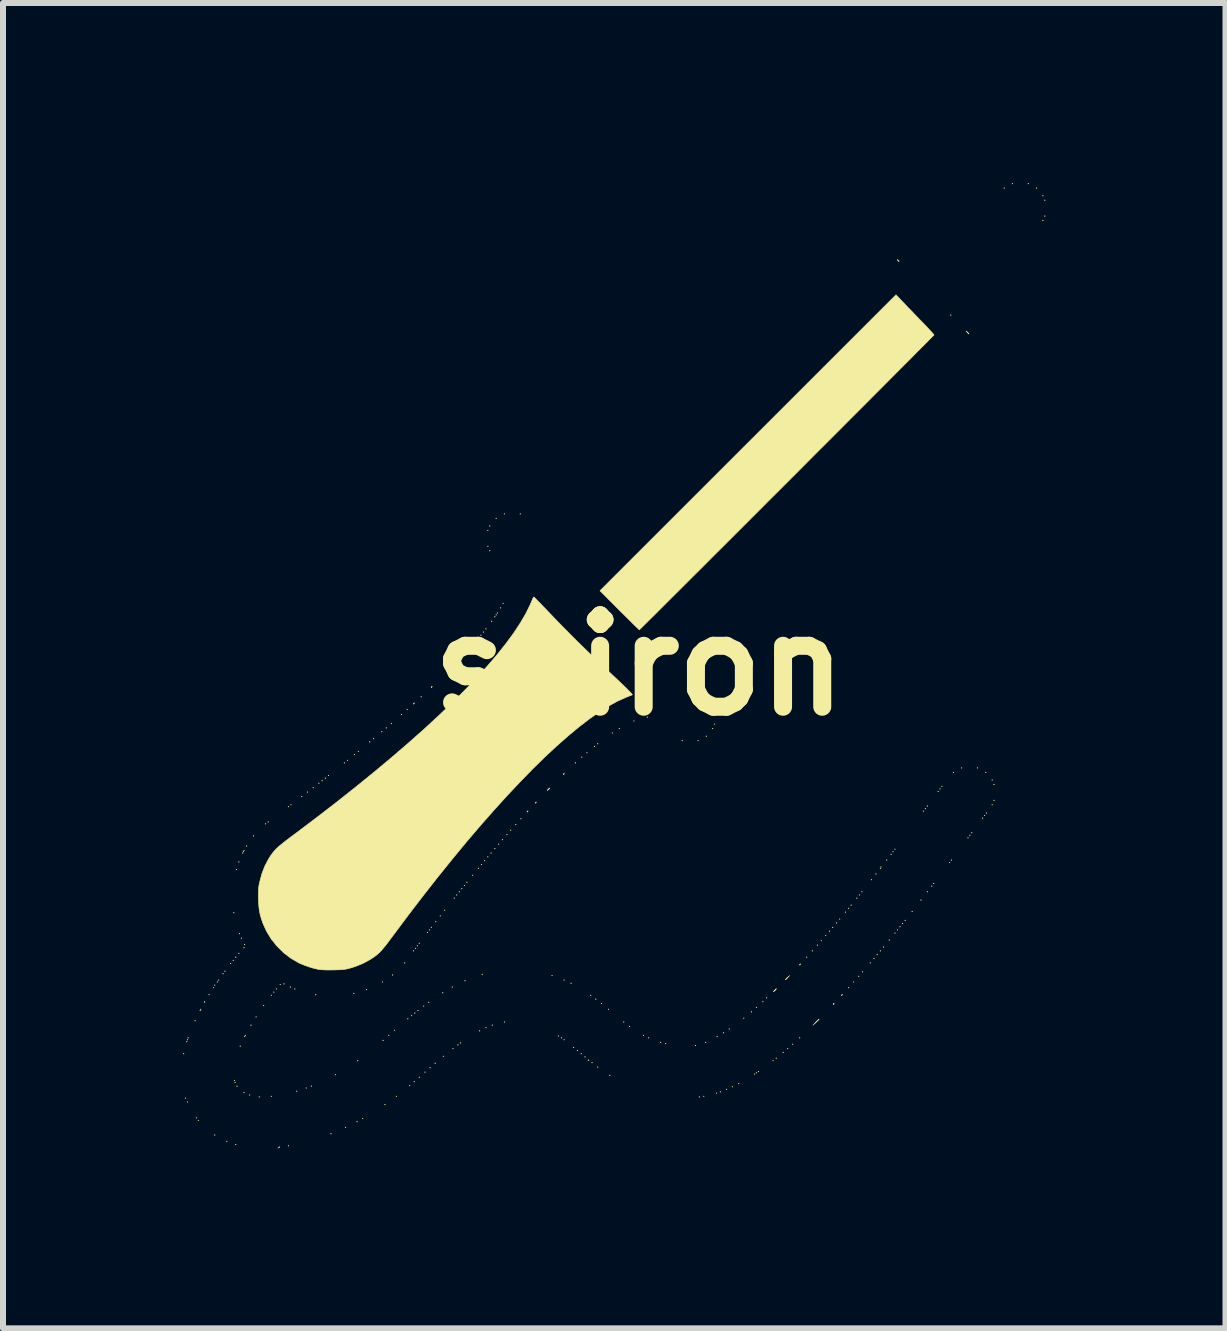
<source format=kicad_pcb>
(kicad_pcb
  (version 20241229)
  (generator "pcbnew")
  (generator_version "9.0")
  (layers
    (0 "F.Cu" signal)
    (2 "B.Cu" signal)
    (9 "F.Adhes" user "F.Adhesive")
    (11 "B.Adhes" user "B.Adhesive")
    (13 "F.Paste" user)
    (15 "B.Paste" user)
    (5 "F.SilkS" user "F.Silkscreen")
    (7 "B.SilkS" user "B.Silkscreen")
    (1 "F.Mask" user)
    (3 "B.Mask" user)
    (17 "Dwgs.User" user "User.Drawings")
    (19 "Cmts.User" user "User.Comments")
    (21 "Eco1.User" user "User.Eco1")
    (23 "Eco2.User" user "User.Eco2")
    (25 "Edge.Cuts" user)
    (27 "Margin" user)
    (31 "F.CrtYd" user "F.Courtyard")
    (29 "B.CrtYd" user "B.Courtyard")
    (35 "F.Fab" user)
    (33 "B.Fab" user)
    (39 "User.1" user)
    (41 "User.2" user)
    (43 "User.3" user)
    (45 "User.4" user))
  (footprint "s_iron"
    (layer "F.Cu")
    (at 7.604 8.038)
    (property "Reference" "s_iron" (at 0 0 0) (layer "F.SilkS") (effects (font (size 1.524 1.524) (thickness 0.3))))
    (attr through_hole)
    (fp_poly (pts (xy -7.588 6.472) (xy -7.594 6.477) (xy -7.599 6.472) (xy -7.594 6.466) (xy -7.588 6.472)) (stroke (width 0.01) (type solid)) (fill yes) (layer "F.SilkS"))
    (fp_poly (pts (xy -7.556 7.213) (xy -7.562 7.218) (xy -7.567 7.213) (xy -7.562 7.207) (xy -7.556 7.213)) (stroke (width 0.01) (type solid)) (fill yes) (layer "F.SilkS"))
    (fp_poly (pts (xy -7.535 6.271) (xy -7.541 6.276) (xy -7.546 6.271) (xy -7.541 6.265) (xy -7.535 6.271)) (stroke (width 0.01) (type solid)) (fill yes) (layer "F.SilkS"))
    (fp_poly (pts (xy -7.525 6.239) (xy -7.53 6.244) (xy -7.535 6.239) (xy -7.53 6.234) (xy -7.525 6.239)) (stroke (width 0.01) (type solid)) (fill yes) (layer "F.SilkS"))
    (fp_poly (pts (xy -7.525 7.276) (xy -7.53 7.281) (xy -7.535 7.276) (xy -7.53 7.271) (xy -7.525 7.276)) (stroke (width 0.01) (type solid)) (fill yes) (layer "F.SilkS"))
    (fp_poly (pts (xy -7.514 6.207) (xy -7.519 6.212) (xy -7.525 6.207) (xy -7.519 6.202) (xy -7.514 6.207)) (stroke (width 0.01) (type solid)) (fill yes) (layer "F.SilkS"))
    (fp_poly (pts (xy -7.398 5.921) (xy -7.403 5.927) (xy -7.408 5.921) (xy -7.403 5.916) (xy -7.398 5.921)) (stroke (width 0.01) (type solid)) (fill yes) (layer "F.SilkS"))
    (fp_poly (pts (xy -7.377 7.541) (xy -7.382 7.546) (xy -7.387 7.541) (xy -7.382 7.535) (xy -7.377 7.541)) (stroke (width 0.01) (type solid)) (fill yes) (layer "F.SilkS"))
    (fp_poly (pts (xy -7.345 7.583) (xy -7.35 7.588) (xy -7.355 7.583) (xy -7.35 7.578) (xy -7.345 7.583)) (stroke (width 0.01) (type solid)) (fill yes) (layer "F.SilkS"))
    (fp_poly (pts (xy -7.313 5.752) (xy -7.318 5.757) (xy -7.324 5.752) (xy -7.318 5.747) (xy -7.313 5.752)) (stroke (width 0.01) (type solid)) (fill yes) (layer "F.SilkS"))
    (fp_poly (pts (xy -7.303 5.731) (xy -7.308 5.736) (xy -7.313 5.731) (xy -7.308 5.726) (xy -7.303 5.731)) (stroke (width 0.01) (type solid)) (fill yes) (layer "F.SilkS"))
    (fp_poly (pts (xy -7.165 5.487) (xy -7.17 5.493) (xy -7.176 5.487) (xy -7.17 5.482) (xy -7.165 5.487)) (stroke (width 0.01) (type solid)) (fill yes) (layer "F.SilkS"))
    (fp_poly (pts (xy -7.091 5.371) (xy -7.096 5.376) (xy -7.101 5.371) (xy -7.096 5.366) (xy -7.091 5.371)) (stroke (width 0.01) (type solid)) (fill yes) (layer "F.SilkS"))
    (fp_poly (pts (xy -7.07 5.329) (xy -7.075 5.334) (xy -7.08 5.329) (xy -7.075 5.323) (xy -7.07 5.329)) (stroke (width 0.01) (type solid)) (fill yes) (layer "F.SilkS"))
    (fp_poly (pts (xy -7.07 7.826) (xy -7.075 7.832) (xy -7.08 7.826) (xy -7.075 7.821) (xy -7.07 7.826)) (stroke (width 0.01) (type solid)) (fill yes) (layer "F.SilkS"))
    (fp_poly (pts (xy -7.027 5.276) (xy -7.033 5.281) (xy -7.038 5.276) (xy -7.033 5.271) (xy -7.027 5.276)) (stroke (width 0.01) (type solid)) (fill yes) (layer "F.SilkS"))
    (fp_poly (pts (xy -7.006 5.244) (xy -7.011 5.249) (xy -7.017 5.244) (xy -7.011 5.239) (xy -7.006 5.244)) (stroke (width 0.01) (type solid)) (fill yes) (layer "F.SilkS"))
    (fp_poly (pts (xy -6.932 5.138) (xy -6.937 5.144) (xy -6.943 5.138) (xy -6.937 5.133) (xy -6.932 5.138)) (stroke (width 0.01) (type solid)) (fill yes) (layer "F.SilkS"))
    (fp_poly (pts (xy -6.9 5.096) (xy -6.906 5.101) (xy -6.911 5.096) (xy -6.906 5.091) (xy -6.9 5.096)) (stroke (width 0.01) (type solid)) (fill yes) (layer "F.SilkS"))
    (fp_poly (pts (xy -6.869 7.932) (xy -6.874 7.938) (xy -6.879 7.932) (xy -6.874 7.927) (xy -6.869 7.932)) (stroke (width 0.01) (type solid)) (fill yes) (layer "F.SilkS"))
    (fp_poly (pts (xy -6.805 4.969) (xy -6.81 4.974) (xy -6.816 4.969) (xy -6.81 4.964) (xy -6.805 4.969)) (stroke (width 0.01) (type solid)) (fill yes) (layer "F.SilkS"))
    (fp_poly (pts (xy -6.763 4.916) (xy -6.768 4.921) (xy -6.773 4.916) (xy -6.768 4.911) (xy -6.763 4.916)) (stroke (width 0.01) (type solid)) (fill yes) (layer "F.SilkS"))
    (fp_poly (pts (xy -6.752 4.122) (xy -6.757 4.128) (xy -6.763 4.122) (xy -6.757 4.117) (xy -6.752 4.122)) (stroke (width 0.01) (type solid)) (fill yes) (layer "F.SilkS"))
    (fp_poly (pts (xy -6.742 6.916) (xy -6.747 6.921) (xy -6.752 6.916) (xy -6.747 6.911) (xy -6.742 6.916)) (stroke (width 0.01) (type solid)) (fill yes) (layer "F.SilkS"))
    (fp_poly (pts (xy -6.731 6.948) (xy -6.736 6.953) (xy -6.742 6.948) (xy -6.736 6.943) (xy -6.731 6.948)) (stroke (width 0.01) (type solid)) (fill yes) (layer "F.SilkS"))
    (fp_poly (pts (xy -6.72 4.863) (xy -6.726 4.868) (xy -6.731 4.863) (xy -6.726 4.858) (xy -6.72 4.863)) (stroke (width 0.01) (type solid)) (fill yes) (layer "F.SilkS"))
    (fp_poly (pts (xy -6.72 7.985) (xy -6.726 7.99) (xy -6.731 7.985) (xy -6.726 7.98) (xy -6.72 7.985)) (stroke (width 0.01) (type solid)) (fill yes) (layer "F.SilkS"))
    (fp_poly (pts (xy -6.71 3.403) (xy -6.715 3.408) (xy -6.72 3.403) (xy -6.715 3.397) (xy -6.71 3.403)) (stroke (width 0.01) (type solid)) (fill yes) (layer "F.SilkS"))
    (fp_poly (pts (xy -6.699 7.011) (xy -6.705 7.017) (xy -6.71 7.011) (xy -6.705 7.006) (xy -6.699 7.011)) (stroke (width 0.01) (type solid)) (fill yes) (layer "F.SilkS"))
    (fp_poly (pts (xy -6.668 3.276) (xy -6.673 3.281) (xy -6.678 3.276) (xy -6.673 3.27) (xy -6.668 3.276)) (stroke (width 0.01) (type solid)) (fill yes) (layer "F.SilkS"))
    (fp_poly (pts (xy -6.668 4.8) (xy -6.673 4.805) (xy -6.678 4.8) (xy -6.673 4.794) (xy -6.668 4.8)) (stroke (width 0.01) (type solid)) (fill yes) (layer "F.SilkS"))
    (fp_poly (pts (xy -6.657 4.471) (xy -6.662 4.477) (xy -6.668 4.471) (xy -6.662 4.466) (xy -6.657 4.471)) (stroke (width 0.01) (type solid)) (fill yes) (layer "F.SilkS"))
    (fp_poly (pts (xy -6.646 6.345) (xy -6.652 6.35) (xy -6.657 6.345) (xy -6.652 6.339) (xy -6.646 6.345)) (stroke (width 0.01) (type solid)) (fill yes) (layer "F.SilkS"))
    (fp_poly (pts (xy -6.625 4.546) (xy -6.63 4.551) (xy -6.636 4.546) (xy -6.63 4.54) (xy -6.625 4.546)) (stroke (width 0.01) (type solid)) (fill yes) (layer "F.SilkS"))
    (fp_poly (pts (xy -6.604 3.127) (xy -6.609 3.133) (xy -6.615 3.127) (xy -6.609 3.122) (xy -6.604 3.127)) (stroke (width 0.01) (type solid)) (fill yes) (layer "F.SilkS"))
    (fp_poly (pts (xy -6.593 3.106) (xy -6.599 3.111) (xy -6.604 3.106) (xy -6.599 3.101) (xy -6.593 3.106)) (stroke (width 0.01) (type solid)) (fill yes) (layer "F.SilkS"))
    (fp_poly (pts (xy -6.583 3.085) (xy -6.588 3.09) (xy -6.593 3.085) (xy -6.588 3.08) (xy -6.583 3.085)) (stroke (width 0.01) (type solid)) (fill yes) (layer "F.SilkS"))
    (fp_poly (pts (xy -6.583 4.704) (xy -6.588 4.71) (xy -6.593 4.704) (xy -6.588 4.699) (xy -6.583 4.704)) (stroke (width 0.01) (type solid)) (fill yes) (layer "F.SilkS"))
    (fp_poly (pts (xy -6.583 7.117) (xy -6.588 7.123) (xy -6.593 7.117) (xy -6.588 7.112) (xy -6.583 7.117)) (stroke (width 0.01) (type solid)) (fill yes) (layer "F.SilkS"))
    (fp_poly (pts (xy -6.572 4.651) (xy -6.578 4.657) (xy -6.583 4.651) (xy -6.578 4.646) (xy -6.572 4.651)) (stroke (width 0.01) (type solid)) (fill yes) (layer "F.SilkS"))
    (fp_poly (pts (xy -6.572 6.186) (xy -6.578 6.191) (xy -6.583 6.186) (xy -6.578 6.181) (xy -6.572 6.186)) (stroke (width 0.01) (type solid)) (fill yes) (layer "F.SilkS"))
    (fp_poly (pts (xy -6.562 6.165) (xy -6.567 6.17) (xy -6.572 6.165) (xy -6.567 6.16) (xy -6.562 6.165)) (stroke (width 0.01) (type solid)) (fill yes) (layer "F.SilkS"))
    (fp_poly (pts (xy -6.54 3.011) (xy -6.546 3.016) (xy -6.551 3.011) (xy -6.546 3.006) (xy -6.54 3.011)) (stroke (width 0.01) (type solid)) (fill yes) (layer "F.SilkS"))
    (fp_poly (pts (xy -6.488 7.16) (xy -6.493 7.165) (xy -6.498 7.16) (xy -6.493 7.154) (xy -6.488 7.16)) (stroke (width 0.01) (type solid)) (fill yes) (layer "F.SilkS"))
    (fp_poly (pts (xy -6.466 5.995) (xy -6.472 6.001) (xy -6.477 5.995) (xy -6.472 5.99) (xy -6.466 5.995)) (stroke (width 0.01) (type solid)) (fill yes) (layer "F.SilkS"))
    (fp_poly (pts (xy -6.424 2.842) (xy -6.429 2.847) (xy -6.435 2.842) (xy -6.429 2.836) (xy -6.424 2.842)) (stroke (width 0.01) (type solid)) (fill yes) (layer "F.SilkS"))
    (fp_poly (pts (xy -6.382 5.858) (xy -6.387 5.863) (xy -6.392 5.858) (xy -6.387 5.853) (xy -6.382 5.858)) (stroke (width 0.01) (type solid)) (fill yes) (layer "F.SilkS"))
    (fp_poly (pts (xy -6.329 7.191) (xy -6.334 7.197) (xy -6.339 7.191) (xy -6.334 7.186) (xy -6.329 7.191)) (stroke (width 0.01) (type solid)) (fill yes) (layer "F.SilkS"))
    (fp_poly (pts (xy -6.255 5.667) (xy -6.26 5.673) (xy -6.265 5.667) (xy -6.26 5.662) (xy -6.255 5.667)) (stroke (width 0.01) (type solid)) (fill yes) (layer "F.SilkS"))
    (fp_poly (pts (xy -6.223 2.641) (xy -6.228 2.646) (xy -6.234 2.641) (xy -6.228 2.635) (xy -6.223 2.641)) (stroke (width 0.01) (type solid)) (fill yes) (layer "F.SilkS"))
    (fp_poly (pts (xy -6.181 2.609) (xy -6.186 2.614) (xy -6.191 2.609) (xy -6.186 2.603) (xy -6.181 2.609)) (stroke (width 0.01) (type solid)) (fill yes) (layer "F.SilkS"))
    (fp_poly (pts (xy -6.128 5.498) (xy -6.133 5.503) (xy -6.138 5.498) (xy -6.133 5.493) (xy -6.128 5.498)) (stroke (width 0.01) (type solid)) (fill yes) (layer "F.SilkS"))
    (fp_poly (pts (xy -6.128 7.181) (xy -6.133 7.186) (xy -6.138 7.181) (xy -6.133 7.176) (xy -6.128 7.181)) (stroke (width 0.01) (type solid)) (fill yes) (layer "F.SilkS"))
    (fp_poly (pts (xy -6.085 5.445) (xy -6.091 5.45) (xy -6.096 5.445) (xy -6.091 5.44) (xy -6.085 5.445)) (stroke (width 0.01) (type solid)) (fill yes) (layer "F.SilkS"))
    (fp_poly (pts (xy -6.043 5.392) (xy -6.048 5.397) (xy -6.054 5.392) (xy -6.048 5.387) (xy -6.043 5.392)) (stroke (width 0.01) (type solid)) (fill yes) (layer "F.SilkS"))
    (fp_poly (pts (xy -6.011 8.038) (xy -6.017 8.043) (xy -6.022 8.038) (xy -6.017 8.033) (xy -6.011 8.038)) (stroke (width 0.01) (type solid)) (fill yes) (layer "F.SilkS"))
    (fp_poly (pts (xy -5.99 8.027) (xy -5.995 8.033) (xy -6.001 8.027) (xy -5.995 8.022) (xy -5.99 8.027)) (stroke (width 0.01) (type solid)) (fill yes) (layer "F.SilkS"))
    (fp_poly (pts (xy -5.98 5.318) (xy -5.985 5.323) (xy -5.99 5.318) (xy -5.985 5.313) (xy -5.98 5.318)) (stroke (width 0.01) (type solid)) (fill yes) (layer "F.SilkS"))
    (fp_poly (pts (xy -5.916 5.308) (xy -5.921 5.313) (xy -5.927 5.308) (xy -5.921 5.302) (xy -5.916 5.308)) (stroke (width 0.01) (type solid)) (fill yes) (layer "F.SilkS"))
    (fp_poly (pts (xy -5.842 2.355) (xy -5.847 2.36) (xy -5.853 2.355) (xy -5.847 2.349) (xy -5.842 2.355)) (stroke (width 0.01) (type solid)) (fill yes) (layer "F.SilkS"))
    (fp_poly (pts (xy -5.842 8.006) (xy -5.847 8.012) (xy -5.853 8.006) (xy -5.847 8.001) (xy -5.842 8.006)) (stroke (width 0.01) (type solid)) (fill yes) (layer "F.SilkS"))
    (fp_poly (pts (xy -5.81 5.36) (xy -5.816 5.366) (xy -5.821 5.36) (xy -5.816 5.355) (xy -5.81 5.36)) (stroke (width 0.01) (type solid)) (fill yes) (layer "F.SilkS"))
    (fp_poly (pts (xy -5.8 2.323) (xy -5.805 2.328) (xy -5.81 2.323) (xy -5.805 2.318) (xy -5.8 2.323)) (stroke (width 0.01) (type solid)) (fill yes) (layer "F.SilkS"))
    (fp_poly (pts (xy -5.736 5.392) (xy -5.741 5.397) (xy -5.747 5.392) (xy -5.741 5.387) (xy -5.736 5.392)) (stroke (width 0.01) (type solid)) (fill yes) (layer "F.SilkS"))
    (fp_poly (pts (xy -5.704 7.096) (xy -5.71 7.101) (xy -5.715 7.096) (xy -5.71 7.091) (xy -5.704 7.096)) (stroke (width 0.01) (type solid)) (fill yes) (layer "F.SilkS"))
    (fp_poly (pts (xy -5.62 2.185) (xy -5.625 2.191) (xy -5.63 2.185) (xy -5.625 2.18) (xy -5.62 2.185)) (stroke (width 0.01) (type solid)) (fill yes) (layer "F.SilkS"))
    (fp_poly (pts (xy -5.546 7.043) (xy -5.551 7.048) (xy -5.556 7.043) (xy -5.551 7.038) (xy -5.546 7.043)) (stroke (width 0.01) (type solid)) (fill yes) (layer "F.SilkS"))
    (fp_poly (pts (xy -5.524 2.111) (xy -5.53 2.117) (xy -5.535 2.111) (xy -5.53 2.106) (xy -5.524 2.111)) (stroke (width 0.01) (type solid)) (fill yes) (layer "F.SilkS"))
    (fp_poly (pts (xy -5.461 7.011) (xy -5.466 7.017) (xy -5.472 7.011) (xy -5.466 7.006) (xy -5.461 7.011)) (stroke (width 0.01) (type solid)) (fill yes) (layer "F.SilkS"))
    (fp_poly (pts (xy -5.429 2.037) (xy -5.435 2.043) (xy -5.44 2.037) (xy -5.435 2.032) (xy -5.429 2.037)) (stroke (width 0.01) (type solid)) (fill yes) (layer "F.SilkS"))
    (fp_poly (pts (xy -5.387 5.487) (xy -5.392 5.493) (xy -5.397 5.487) (xy -5.392 5.482) (xy -5.387 5.487)) (stroke (width 0.01) (type solid)) (fill yes) (layer "F.SilkS"))
    (fp_poly (pts (xy -5.334 1.963) (xy -5.339 1.968) (xy -5.345 1.963) (xy -5.339 1.958) (xy -5.334 1.963)) (stroke (width 0.01) (type solid)) (fill yes) (layer "F.SilkS"))
    (fp_poly (pts (xy -5.281 1.921) (xy -5.286 1.926) (xy -5.292 1.921) (xy -5.286 1.916) (xy -5.281 1.921)) (stroke (width 0.01) (type solid)) (fill yes) (layer "F.SilkS"))
    (fp_poly (pts (xy -5.228 1.879) (xy -5.233 1.884) (xy -5.239 1.879) (xy -5.233 1.873) (xy -5.228 1.879)) (stroke (width 0.01) (type solid)) (fill yes) (layer "F.SilkS"))
    (fp_poly (pts (xy -5.175 1.836) (xy -5.181 1.841) (xy -5.186 1.836) (xy -5.181 1.831) (xy -5.175 1.836)) (stroke (width 0.01) (type solid)) (fill yes) (layer "F.SilkS"))
    (fp_poly (pts (xy -5.133 7.805) (xy -5.138 7.811) (xy -5.144 7.805) (xy -5.138 7.8) (xy -5.133 7.805)) (stroke (width 0.01) (type solid)) (fill yes) (layer "F.SilkS"))
    (fp_poly (pts (xy -5.059 6.821) (xy -5.064 6.826) (xy -5.069 6.821) (xy -5.064 6.816) (xy -5.059 6.821)) (stroke (width 0.01) (type solid)) (fill yes) (layer "F.SilkS"))
    (fp_poly (pts (xy -4.911 1.625) (xy -4.916 1.63) (xy -4.921 1.625) (xy -4.916 1.619) (xy -4.911 1.625)) (stroke (width 0.01) (type solid)) (fill yes) (layer "F.SilkS"))
    (fp_poly (pts (xy -4.889 7.699) (xy -4.895 7.705) (xy -4.9 7.699) (xy -4.895 7.694) (xy -4.889 7.699)) (stroke (width 0.01) (type solid)) (fill yes) (layer "F.SilkS"))
    (fp_poly (pts (xy -4.858 1.582) (xy -4.863 1.587) (xy -4.868 1.582) (xy -4.863 1.577) (xy -4.858 1.582)) (stroke (width 0.01) (type solid)) (fill yes) (layer "F.SilkS"))
    (fp_poly (pts (xy -4.752 5.466) (xy -4.757 5.472) (xy -4.763 5.466) (xy -4.757 5.461) (xy -4.752 5.466)) (stroke (width 0.01) (type solid)) (fill yes) (layer "F.SilkS"))
    (fp_poly (pts (xy -4.741 1.487) (xy -4.747 1.492) (xy -4.752 1.487) (xy -4.747 1.482) (xy -4.741 1.487)) (stroke (width 0.01) (type solid)) (fill yes) (layer "F.SilkS"))
    (fp_poly (pts (xy -4.699 7.604) (xy -4.704 7.609) (xy -4.71 7.604) (xy -4.704 7.599) (xy -4.699 7.604)) (stroke (width 0.01) (type solid)) (fill yes) (layer "F.SilkS"))
    (fp_poly (pts (xy -4.688 6.588) (xy -4.694 6.593) (xy -4.699 6.588) (xy -4.694 6.583) (xy -4.688 6.588)) (stroke (width 0.01) (type solid)) (fill yes) (layer "F.SilkS"))
    (fp_poly (pts (xy -4.678 1.434) (xy -4.683 1.439) (xy -4.688 1.434) (xy -4.683 1.429) (xy -4.678 1.434)) (stroke (width 0.01) (type solid)) (fill yes) (layer "F.SilkS"))
    (fp_poly (pts (xy -4.604 7.551) (xy -4.609 7.556) (xy -4.614 7.551) (xy -4.609 7.546) (xy -4.604 7.551)) (stroke (width 0.01) (type solid)) (fill yes) (layer "F.SilkS"))
    (fp_poly (pts (xy -4.54 5.403) (xy -4.546 5.408) (xy -4.551 5.403) (xy -4.546 5.397) (xy -4.54 5.403)) (stroke (width 0.01) (type solid)) (fill yes) (layer "F.SilkS"))
    (fp_poly (pts (xy -4.487 1.275) (xy -4.493 1.281) (xy -4.498 1.275) (xy -4.493 1.27) (xy -4.487 1.275)) (stroke (width 0.01) (type solid)) (fill yes) (layer "F.SilkS"))
    (fp_poly (pts (xy -4.424 1.222) (xy -4.429 1.228) (xy -4.434 1.222) (xy -4.429 1.217) (xy -4.424 1.222)) (stroke (width 0.01) (type solid)) (fill yes) (layer "F.SilkS"))
    (fp_poly (pts (xy -4.286 1.106) (xy -4.292 1.111) (xy -4.297 1.106) (xy -4.292 1.101) (xy -4.286 1.106)) (stroke (width 0.01) (type solid)) (fill yes) (layer "F.SilkS"))
    (fp_poly (pts (xy -4.276 5.276) (xy -4.281 5.281) (xy -4.286 5.276) (xy -4.281 5.271) (xy -4.276 5.276)) (stroke (width 0.01) (type solid)) (fill yes) (layer "F.SilkS"))
    (fp_poly (pts (xy -4.265 6.249) (xy -4.27 6.255) (xy -4.276 6.249) (xy -4.27 6.244) (xy -4.265 6.249)) (stroke (width 0.01) (type solid)) (fill yes) (layer "F.SilkS"))
    (fp_poly (pts (xy -4.233 7.318) (xy -4.239 7.324) (xy -4.244 7.318) (xy -4.239 7.313) (xy -4.233 7.318)) (stroke (width 0.01) (type solid)) (fill yes) (layer "F.SilkS"))
    (fp_poly (pts (xy -4.212 1.042) (xy -4.217 1.048) (xy -4.223 1.042) (xy -4.217 1.037) (xy -4.212 1.042)) (stroke (width 0.01) (type solid)) (fill yes) (layer "F.SilkS"))
    (fp_poly (pts (xy -4.17 6.165) (xy -4.175 6.17) (xy -4.18 6.165) (xy -4.175 6.16) (xy -4.17 6.165)) (stroke (width 0.01) (type solid)) (fill yes) (layer "F.SilkS"))
    (fp_poly (pts (xy -4.128 0.968) (xy -4.133 0.974) (xy -4.138 0.968) (xy -4.133 0.963) (xy -4.128 0.968)) (stroke (width 0.01) (type solid)) (fill yes) (layer "F.SilkS"))
    (fp_poly (pts (xy -4.106 5.159) (xy -4.112 5.165) (xy -4.117 5.159) (xy -4.112 5.154) (xy -4.106 5.159)) (stroke (width 0.01) (type solid)) (fill yes) (layer "F.SilkS"))
    (fp_poly (pts (xy -4.075 6.08) (xy -4.08 6.085) (xy -4.085 6.08) (xy -4.08 6.075) (xy -4.075 6.08)) (stroke (width 0.01) (type solid)) (fill yes) (layer "F.SilkS"))
    (fp_poly (pts (xy -4.043 7.181) (xy -4.048 7.186) (xy -4.053 7.181) (xy -4.048 7.176) (xy -4.043 7.181)) (stroke (width 0.01) (type solid)) (fill yes) (layer "F.SilkS"))
    (fp_poly (pts (xy -3.958 0.82) (xy -3.963 0.826) (xy -3.969 0.82) (xy -3.963 0.815) (xy -3.958 0.82)) (stroke (width 0.01) (type solid)) (fill yes) (layer "F.SilkS"))
    (fp_poly (pts (xy -3.905 4.958) (xy -3.911 4.964) (xy -3.916 4.958) (xy -3.911 4.953) (xy -3.905 4.958)) (stroke (width 0.01) (type solid)) (fill yes) (layer "F.SilkS"))
    (fp_poly (pts (xy -3.863 0.736) (xy -3.868 0.741) (xy -3.873 0.736) (xy -3.868 0.73) (xy -3.863 0.736)) (stroke (width 0.01) (type solid)) (fill yes) (layer "F.SilkS"))
    (fp_poly (pts (xy -3.852 5.89) (xy -3.858 5.895) (xy -3.863 5.89) (xy -3.858 5.884) (xy -3.852 5.89)) (stroke (width 0.01) (type solid)) (fill yes) (layer "F.SilkS"))
    (fp_poly (pts (xy -3.821 7.001) (xy -3.826 7.006) (xy -3.831 7.001) (xy -3.826 6.996) (xy -3.821 7.001)) (stroke (width 0.01) (type solid)) (fill yes) (layer "F.SilkS"))
    (fp_poly (pts (xy -3.789 5.837) (xy -3.794 5.842) (xy -3.799 5.837) (xy -3.794 5.831) (xy -3.789 5.837)) (stroke (width 0.01) (type solid)) (fill yes) (layer "F.SilkS"))
    (fp_poly (pts (xy -3.757 4.757) (xy -3.762 4.763) (xy -3.768 4.757) (xy -3.762 4.752) (xy -3.757 4.757)) (stroke (width 0.01) (type solid)) (fill yes) (layer "F.SilkS"))
    (fp_poly (pts (xy -3.747 6.937) (xy -3.752 6.943) (xy -3.757 6.937) (xy -3.752 6.932) (xy -3.747 6.937)) (stroke (width 0.01) (type solid)) (fill yes) (layer "F.SilkS"))
    (fp_poly (pts (xy -3.736 5.794) (xy -3.741 5.8) (xy -3.747 5.794) (xy -3.741 5.789) (xy -3.736 5.794)) (stroke (width 0.01) (type solid)) (fill yes) (layer "F.SilkS"))
    (fp_poly (pts (xy -3.725 4.715) (xy -3.731 4.72) (xy -3.736 4.715) (xy -3.731 4.71) (xy -3.725 4.715)) (stroke (width 0.01) (type solid)) (fill yes) (layer "F.SilkS"))
    (fp_poly (pts (xy -3.694 4.673) (xy -3.699 4.678) (xy -3.704 4.673) (xy -3.699 4.667) (xy -3.694 4.673)) (stroke (width 0.01) (type solid)) (fill yes) (layer "F.SilkS"))
    (fp_poly (pts (xy -3.683 5.752) (xy -3.688 5.757) (xy -3.694 5.752) (xy -3.688 5.747) (xy -3.683 5.752)) (stroke (width 0.01) (type solid)) (fill yes) (layer "F.SilkS"))
    (fp_poly (pts (xy -3.662 4.63) (xy -3.667 4.636) (xy -3.672 4.63) (xy -3.667 4.625) (xy -3.662 4.63)) (stroke (width 0.01) (type solid)) (fill yes) (layer "F.SilkS"))
    (fp_poly (pts (xy -3.662 6.863) (xy -3.667 6.869) (xy -3.672 6.863) (xy -3.667 6.858) (xy -3.662 6.863)) (stroke (width 0.01) (type solid)) (fill yes) (layer "F.SilkS"))
    (fp_poly (pts (xy -3.63 0.524) (xy -3.635 0.529) (xy -3.641 0.524) (xy -3.635 0.519) (xy -3.63 0.524)) (stroke (width 0.01) (type solid)) (fill yes) (layer "F.SilkS"))
    (fp_poly (pts (xy -3.588 5.678) (xy -3.593 5.683) (xy -3.598 5.678) (xy -3.593 5.673) (xy -3.588 5.678)) (stroke (width 0.01) (type solid)) (fill yes) (layer "F.SilkS"))
    (fp_poly (pts (xy -3.567 6.779) (xy -3.572 6.784) (xy -3.577 6.779) (xy -3.572 6.773) (xy -3.567 6.779)) (stroke (width 0.01) (type solid)) (fill yes) (layer "F.SilkS"))
    (fp_poly (pts (xy -3.524 4.45) (xy -3.53 4.456) (xy -3.535 4.45) (xy -3.53 4.445) (xy -3.524 4.45)) (stroke (width 0.01) (type solid)) (fill yes) (layer "F.SilkS"))
    (fp_poly (pts (xy -3.503 5.614) (xy -3.508 5.62) (xy -3.514 5.614) (xy -3.508 5.609) (xy -3.503 5.614)) (stroke (width 0.01) (type solid)) (fill yes) (layer "F.SilkS"))
    (fp_poly (pts (xy -3.493 4.408) (xy -3.498 4.413) (xy -3.503 4.408) (xy -3.498 4.403) (xy -3.493 4.408)) (stroke (width 0.01) (type solid)) (fill yes) (layer "F.SilkS"))
    (fp_poly (pts (xy -3.482 6.705) (xy -3.487 6.71) (xy -3.493 6.705) (xy -3.487 6.699) (xy -3.482 6.705)) (stroke (width 0.01) (type solid)) (fill yes) (layer "F.SilkS"))
    (fp_poly (pts (xy -3.461 4.366) (xy -3.466 4.371) (xy -3.471 4.366) (xy -3.466 4.36) (xy -3.461 4.366)) (stroke (width 0.01) (type solid)) (fill yes) (layer "F.SilkS"))
    (fp_poly (pts (xy -3.397 6.63) (xy -3.403 6.636) (xy -3.408 6.63) (xy -3.403 6.625) (xy -3.397 6.63)) (stroke (width 0.01) (type solid)) (fill yes) (layer "F.SilkS"))
    (fp_poly (pts (xy -3.387 4.27) (xy -3.392 4.276) (xy -3.397 4.27) (xy -3.392 4.265) (xy -3.387 4.27)) (stroke (width 0.01) (type solid)) (fill yes) (layer "F.SilkS"))
    (fp_poly (pts (xy -3.313 4.175) (xy -3.318 4.18) (xy -3.323 4.175) (xy -3.318 4.17) (xy -3.313 4.175)) (stroke (width 0.01) (type solid)) (fill yes) (layer "F.SilkS"))
    (fp_poly (pts (xy -3.27 5.456) (xy -3.276 5.461) (xy -3.281 5.456) (xy -3.276 5.45) (xy -3.27 5.456)) (stroke (width 0.01) (type solid)) (fill yes) (layer "F.SilkS"))
    (fp_poly (pts (xy -3.26 6.514) (xy -3.265 6.519) (xy -3.27 6.514) (xy -3.265 6.509) (xy -3.26 6.514)) (stroke (width 0.01) (type solid)) (fill yes) (layer "F.SilkS"))
    (fp_poly (pts (xy -3.239 4.08) (xy -3.244 4.085) (xy -3.249 4.08) (xy -3.244 4.075) (xy -3.239 4.08)) (stroke (width 0.01) (type solid)) (fill yes) (layer "F.SilkS"))
    (fp_poly (pts (xy -3.111 5.36) (xy -3.117 5.366) (xy -3.122 5.36) (xy -3.117 5.355) (xy -3.111 5.36)) (stroke (width 0.01) (type solid)) (fill yes) (layer "F.SilkS"))
    (fp_poly (pts (xy -3.101 6.387) (xy -3.106 6.392) (xy -3.111 6.387) (xy -3.106 6.382) (xy -3.101 6.387)) (stroke (width 0.01) (type solid)) (fill yes) (layer "F.SilkS"))
    (fp_poly (pts (xy -3.08 3.879) (xy -3.085 3.884) (xy -3.09 3.879) (xy -3.085 3.873) (xy -3.08 3.879)) (stroke (width 0.01) (type solid)) (fill yes) (layer "F.SilkS"))
    (fp_poly (pts (xy -3.037 3.826) (xy -3.043 3.831) (xy -3.048 3.826) (xy -3.043 3.821) (xy -3.037 3.826)) (stroke (width 0.01) (type solid)) (fill yes) (layer "F.SilkS"))
    (fp_poly (pts (xy -3.016 6.324) (xy -3.022 6.329) (xy -3.027 6.324) (xy -3.022 6.318) (xy -3.016 6.324)) (stroke (width 0.01) (type solid)) (fill yes) (layer "F.SilkS"))
    (fp_poly (pts (xy -2.995 3.773) (xy -3 3.778) (xy -3.006 3.773) (xy -3 3.768) (xy -2.995 3.773)) (stroke (width 0.01) (type solid)) (fill yes) (layer "F.SilkS"))
    (fp_poly (pts (xy -2.974 6.292) (xy -2.979 6.297) (xy -2.985 6.292) (xy -2.979 6.287) (xy -2.974 6.292)) (stroke (width 0.01) (type solid)) (fill yes) (layer "F.SilkS"))
    (fp_poly (pts (xy -2.953 3.72) (xy -2.958 3.725) (xy -2.963 3.72) (xy -2.958 3.715) (xy -2.953 3.72)) (stroke (width 0.01) (type solid)) (fill yes) (layer "F.SilkS"))
    (fp_poly (pts (xy -2.91 3.667) (xy -2.916 3.672) (xy -2.921 3.667) (xy -2.916 3.662) (xy -2.91 3.667)) (stroke (width 0.01) (type solid)) (fill yes) (layer "F.SilkS"))
    (fp_poly (pts (xy -2.9 5.255) (xy -2.905 5.26) (xy -2.91 5.255) (xy -2.905 5.249) (xy -2.9 5.255)) (stroke (width 0.01) (type solid)) (fill yes) (layer "F.SilkS"))
    (fp_poly (pts (xy -2.868 3.614) (xy -2.873 3.619) (xy -2.879 3.614) (xy -2.873 3.609) (xy -2.868 3.614)) (stroke (width 0.01) (type solid)) (fill yes) (layer "F.SilkS"))
    (fp_poly (pts (xy -2.773 3.498) (xy -2.778 3.503) (xy -2.783 3.498) (xy -2.778 3.493) (xy -2.773 3.498)) (stroke (width 0.01) (type solid)) (fill yes) (layer "F.SilkS"))
    (fp_poly (pts (xy -2.678 3.381) (xy -2.683 3.387) (xy -2.688 3.381) (xy -2.683 3.376) (xy -2.678 3.381)) (stroke (width 0.01) (type solid)) (fill yes) (layer "F.SilkS"))
    (fp_poly (pts (xy -2.656 6.091) (xy -2.662 6.096) (xy -2.667 6.091) (xy -2.662 6.085) (xy -2.656 6.091)) (stroke (width 0.01) (type solid)) (fill yes) (layer "F.SilkS"))
    (fp_poly (pts (xy -2.635 -0.503) (xy -2.641 -0.497) (xy -2.646 -0.503) (xy -2.641 -0.508) (xy -2.635 -0.503)) (stroke (width 0.01) (type solid)) (fill yes) (layer "F.SilkS"))
    (fp_poly (pts (xy -2.625 3.318) (xy -2.63 3.323) (xy -2.635 3.318) (xy -2.63 3.313) (xy -2.625 3.318)) (stroke (width 0.01) (type solid)) (fill yes) (layer "F.SilkS"))
    (fp_poly (pts (xy -2.614 5.149) (xy -2.619 5.154) (xy -2.625 5.149) (xy -2.619 5.144) (xy -2.614 5.149)) (stroke (width 0.01) (type solid)) (fill yes) (layer "F.SilkS"))
    (fp_poly (pts (xy -2.593 -0.556) (xy -2.598 -0.55) (xy -2.603 -0.556) (xy -2.598 -0.561) (xy -2.593 -0.556)) (stroke (width 0.01) (type solid)) (fill yes) (layer "F.SilkS"))
    (fp_poly (pts (xy -2.572 3.254) (xy -2.577 3.26) (xy -2.582 3.254) (xy -2.577 3.249) (xy -2.572 3.254)) (stroke (width 0.01) (type solid)) (fill yes) (layer "F.SilkS"))
    (fp_poly (pts (xy -2.551 -0.609) (xy -2.556 -0.603) (xy -2.561 -0.609) (xy -2.556 -0.614) (xy -2.551 -0.609)) (stroke (width 0.01) (type solid)) (fill yes) (layer "F.SilkS"))
    (fp_poly (pts (xy -2.551 6.038) (xy -2.556 6.043) (xy -2.561 6.038) (xy -2.556 6.032) (xy -2.551 6.038)) (stroke (width 0.01) (type solid)) (fill yes) (layer "F.SilkS"))
    (fp_poly (pts (xy -2.519 -2.249) (xy -2.524 -2.244) (xy -2.529 -2.249) (xy -2.524 -2.254) (xy -2.519 -2.249)) (stroke (width 0.01) (type solid)) (fill yes) (layer "F.SilkS"))
    (fp_poly (pts (xy -2.519 -1.984) (xy -2.524 -1.979) (xy -2.529 -1.984) (xy -2.524 -1.99) (xy -2.519 -1.984)) (stroke (width 0.01) (type solid)) (fill yes) (layer "F.SilkS"))
    (fp_poly (pts (xy -2.519 3.191) (xy -2.524 3.196) (xy -2.529 3.191) (xy -2.524 3.186) (xy -2.519 3.191)) (stroke (width 0.01) (type solid)) (fill yes) (layer "F.SilkS"))
    (fp_poly (pts (xy -2.487 -2.323) (xy -2.492 -2.318) (xy -2.498 -2.323) (xy -2.492 -2.328) (xy -2.487 -2.323)) (stroke (width 0.01) (type solid)) (fill yes) (layer "F.SilkS"))
    (fp_poly (pts (xy -2.487 -1.91) (xy -2.492 -1.905) (xy -2.498 -1.91) (xy -2.492 -1.916) (xy -2.487 -1.91)) (stroke (width 0.01) (type solid)) (fill yes) (layer "F.SilkS"))
    (fp_poly (pts (xy -2.466 3.127) (xy -2.471 3.133) (xy -2.477 3.127) (xy -2.471 3.122) (xy -2.466 3.127)) (stroke (width 0.01) (type solid)) (fill yes) (layer "F.SilkS"))
    (fp_poly (pts (xy -2.455 -0.736) (xy -2.461 -0.73) (xy -2.466 -0.736) (xy -2.461 -0.741) (xy -2.455 -0.736)) (stroke (width 0.01) (type solid)) (fill yes) (layer "F.SilkS"))
    (fp_poly (pts (xy -2.445 5.995) (xy -2.45 6.001) (xy -2.455 5.995) (xy -2.45 5.99) (xy -2.445 5.995)) (stroke (width 0.01) (type solid)) (fill yes) (layer "F.SilkS"))
    (fp_poly (pts (xy -2.402 -0.81) (xy -2.408 -0.804) (xy -2.413 -0.81) (xy -2.408 -0.815) (xy -2.402 -0.81)) (stroke (width 0.01) (type solid)) (fill yes) (layer "F.SilkS"))
    (fp_poly (pts (xy -2.402 3.053) (xy -2.408 3.059) (xy -2.413 3.053) (xy -2.408 3.048) (xy -2.402 3.053)) (stroke (width 0.01) (type solid)) (fill yes) (layer "F.SilkS"))
    (fp_poly (pts (xy -2.381 -2.45) (xy -2.387 -2.445) (xy -2.392 -2.45) (xy -2.387 -2.455) (xy -2.381 -2.45)) (stroke (width 0.01) (type solid)) (fill yes) (layer "F.SilkS"))
    (fp_poly (pts (xy -2.381 -0.841) (xy -2.387 -0.836) (xy -2.392 -0.841) (xy -2.387 -0.847) (xy -2.381 -0.841)) (stroke (width 0.01) (type solid)) (fill yes) (layer "F.SilkS"))
    (fp_poly (pts (xy -2.36 -0.873) (xy -2.365 -0.868) (xy -2.371 -0.873) (xy -2.365 -0.878) (xy -2.36 -0.873)) (stroke (width 0.01) (type solid)) (fill yes) (layer "F.SilkS"))
    (fp_poly (pts (xy -2.339 2.979) (xy -2.344 2.985) (xy -2.349 2.979) (xy -2.344 2.974) (xy -2.339 2.979)) (stroke (width 0.01) (type solid)) (fill yes) (layer "F.SilkS"))
    (fp_poly (pts (xy -2.307 -0.958) (xy -2.312 -0.953) (xy -2.318 -0.958) (xy -2.312 -0.963) (xy -2.307 -0.958)) (stroke (width 0.01) (type solid)) (fill yes) (layer "F.SilkS"))
    (fp_poly (pts (xy -2.275 2.905) (xy -2.281 2.91) (xy -2.286 2.905) (xy -2.281 2.9) (xy -2.275 2.905)) (stroke (width 0.01) (type solid)) (fill yes) (layer "F.SilkS"))
    (fp_poly (pts (xy -2.265 -1.032) (xy -2.27 -1.027) (xy -2.275 -1.032) (xy -2.27 -1.037) (xy -2.265 -1.032)) (stroke (width 0.01) (type solid)) (fill yes) (layer "F.SilkS"))
    (fp_poly (pts (xy -2.244 -2.524) (xy -2.249 -2.519) (xy -2.254 -2.524) (xy -2.249 -2.529) (xy -2.244 -2.524)) (stroke (width 0.01) (type solid)) (fill yes) (layer "F.SilkS"))
    (fp_poly (pts (xy -2.244 5.943) (xy -2.249 5.948) (xy -2.254 5.943) (xy -2.249 5.937) (xy -2.244 5.943)) (stroke (width 0.01) (type solid)) (fill yes) (layer "F.SilkS"))
    (fp_poly (pts (xy -2.201 2.82) (xy -2.207 2.826) (xy -2.212 2.82) (xy -2.207 2.815) (xy -2.201 2.82)) (stroke (width 0.01) (type solid)) (fill yes) (layer "F.SilkS"))
    (fp_poly (pts (xy -2.138 2.746) (xy -2.143 2.752) (xy -2.148 2.746) (xy -2.143 2.741) (xy -2.138 2.746)) (stroke (width 0.01) (type solid)) (fill yes) (layer "F.SilkS"))
    (fp_poly (pts (xy -2.053 2.651) (xy -2.058 2.656) (xy -2.064 2.651) (xy -2.058 2.646) (xy -2.053 2.651)) (stroke (width 0.01) (type solid)) (fill yes) (layer "F.SilkS"))
    (fp_poly (pts (xy -1.979 -2.524) (xy -1.984 -2.519) (xy -1.99 -2.524) (xy -1.984 -2.529) (xy -1.979 -2.524)) (stroke (width 0.01) (type solid)) (fill yes) (layer "F.SilkS"))
    (fp_poly (pts (xy -1.968 2.556) (xy -1.974 2.561) (xy -1.979 2.556) (xy -1.974 2.551) (xy -1.968 2.556)) (stroke (width 0.01) (type solid)) (fill yes) (layer "F.SilkS"))
    (fp_poly (pts (xy -1.45 5.17) (xy -1.455 5.175) (xy -1.46 5.17) (xy -1.455 5.165) (xy -1.45 5.17)) (stroke (width 0.01) (type solid)) (fill yes) (layer "F.SilkS"))
    (fp_poly (pts (xy -1.344 6.175) (xy -1.349 6.181) (xy -1.355 6.175) (xy -1.349 6.17) (xy -1.344 6.175)) (stroke (width 0.01) (type solid)) (fill yes) (layer "F.SilkS"))
    (fp_poly (pts (xy -1.291 6.207) (xy -1.296 6.212) (xy -1.302 6.207) (xy -1.296 6.202) (xy -1.291 6.207)) (stroke (width 0.01) (type solid)) (fill yes) (layer "F.SilkS"))
    (fp_poly (pts (xy -1.249 5.244) (xy -1.254 5.249) (xy -1.259 5.244) (xy -1.254 5.239) (xy -1.249 5.244)) (stroke (width 0.01) (type solid)) (fill yes) (layer "F.SilkS"))
    (fp_poly (pts (xy -1.249 6.239) (xy -1.254 6.244) (xy -1.259 6.239) (xy -1.254 6.234) (xy -1.249 6.239)) (stroke (width 0.01) (type solid)) (fill yes) (layer "F.SilkS"))
    (fp_poly (pts (xy -1.132 5.297) (xy -1.138 5.302) (xy -1.143 5.297) (xy -1.138 5.292) (xy -1.132 5.297)) (stroke (width 0.01) (type solid)) (fill yes) (layer "F.SilkS"))
    (fp_poly (pts (xy -1.09 6.366) (xy -1.095 6.371) (xy -1.101 6.366) (xy -1.095 6.361) (xy -1.09 6.366)) (stroke (width 0.01) (type solid)) (fill yes) (layer "F.SilkS"))
    (fp_poly (pts (xy -1.058 1.625) (xy -1.064 1.63) (xy -1.069 1.625) (xy -1.064 1.619) (xy -1.058 1.625)) (stroke (width 0.01) (type solid)) (fill yes) (layer "F.SilkS"))
    (fp_poly (pts (xy -1.027 6.419) (xy -1.032 6.424) (xy -1.037 6.419) (xy -1.032 6.413) (xy -1.027 6.419)) (stroke (width 0.01) (type solid)) (fill yes) (layer "F.SilkS"))
    (fp_poly (pts (xy -0.963 6.472) (xy -0.968 6.477) (xy -0.974 6.472) (xy -0.968 6.466) (xy -0.963 6.472)) (stroke (width 0.01) (type solid)) (fill yes) (layer "F.SilkS"))
    (fp_poly (pts (xy -0.953 1.529) (xy -0.958 1.535) (xy -0.963 1.529) (xy -0.958 1.524) (xy -0.953 1.529)) (stroke (width 0.01) (type solid)) (fill yes) (layer "F.SilkS"))
    (fp_poly (pts (xy -0.9 6.525) (xy -0.905 6.53) (xy -0.91 6.525) (xy -0.905 6.519) (xy -0.9 6.525)) (stroke (width 0.01) (type solid)) (fill yes) (layer "F.SilkS"))
    (fp_poly (pts (xy -0.868 1.455) (xy -0.873 1.46) (xy -0.878 1.455) (xy -0.873 1.45) (xy -0.868 1.455)) (stroke (width 0.01) (type solid)) (fill yes) (layer "F.SilkS"))
    (fp_poly (pts (xy -0.804 5.498) (xy -0.81 5.503) (xy -0.815 5.498) (xy -0.81 5.493) (xy -0.804 5.498)) (stroke (width 0.01) (type solid)) (fill yes) (layer "F.SilkS"))
    (fp_poly (pts (xy -0.783 6.62) (xy -0.788 6.625) (xy -0.794 6.62) (xy -0.788 6.615) (xy -0.783 6.62)) (stroke (width 0.01) (type solid)) (fill yes) (layer "F.SilkS"))
    (fp_poly (pts (xy -0.741 1.349) (xy -0.746 1.355) (xy -0.751 1.349) (xy -0.746 1.344) (xy -0.741 1.349)) (stroke (width 0.01) (type solid)) (fill yes) (layer "F.SilkS"))
    (fp_poly (pts (xy -0.72 5.562) (xy -0.725 5.567) (xy -0.73 5.562) (xy -0.725 5.556) (xy -0.72 5.562)) (stroke (width 0.01) (type solid)) (fill yes) (layer "F.SilkS"))
    (fp_poly (pts (xy -0.688 1.307) (xy -0.693 1.312) (xy -0.699 1.307) (xy -0.693 1.302) (xy -0.688 1.307)) (stroke (width 0.01) (type solid)) (fill yes) (layer "F.SilkS"))
    (fp_poly (pts (xy -0.688 6.694) (xy -0.693 6.699) (xy -0.699 6.694) (xy -0.693 6.689) (xy -0.688 6.694)) (stroke (width 0.01) (type solid)) (fill yes) (layer "F.SilkS"))
    (fp_poly (pts (xy -0.624 5.636) (xy -0.63 5.641) (xy -0.635 5.636) (xy -0.63 5.63) (xy -0.624 5.636)) (stroke (width 0.01) (type solid)) (fill yes) (layer "F.SilkS"))
    (fp_poly (pts (xy -0.508 5.731) (xy -0.513 5.736) (xy -0.519 5.731) (xy -0.513 5.726) (xy -0.508 5.731)) (stroke (width 0.01) (type solid)) (fill yes) (layer "F.SilkS"))
    (fp_poly (pts (xy -0.487 6.832) (xy -0.492 6.837) (xy -0.497 6.832) (xy -0.492 6.826) (xy -0.487 6.832)) (stroke (width 0.01) (type solid)) (fill yes) (layer "F.SilkS"))
    (fp_poly (pts (xy -0.445 1.127) (xy -0.45 1.132) (xy -0.455 1.127) (xy -0.45 1.122) (xy -0.445 1.127)) (stroke (width 0.01) (type solid)) (fill yes) (layer "F.SilkS"))
    (fp_poly (pts (xy -0.328 1.053) (xy -0.333 1.058) (xy -0.339 1.053) (xy -0.333 1.048) (xy -0.328 1.053)) (stroke (width 0.01) (type solid)) (fill yes) (layer "F.SilkS"))
    (fp_poly (pts (xy -0.254 5.943) (xy -0.259 5.948) (xy -0.265 5.943) (xy -0.259 5.937) (xy -0.254 5.943)) (stroke (width 0.01) (type solid)) (fill yes) (layer "F.SilkS"))
    (fp_poly (pts (xy -0.159 6.017) (xy -0.164 6.022) (xy -0.169 6.017) (xy -0.164 6.011) (xy -0.159 6.017)) (stroke (width 0.01) (type solid)) (fill yes) (layer "F.SilkS"))
    (fp_poly (pts (xy -0.085 0.926) (xy -0.09 0.931) (xy -0.095 0.926) (xy -0.09 0.921) (xy -0.085 0.926)) (stroke (width 0.01) (type solid)) (fill yes) (layer "F.SilkS"))
    (fp_poly (pts (xy 0.074 6.165) (xy 0.069 6.17) (xy 0.064 6.165) (xy 0.069 6.16) (xy 0.074 6.165)) (stroke (width 0.01) (type solid)) (fill yes) (layer "F.SilkS"))
    (fp_poly (pts (xy 0.138 0.863) (xy 0.132 0.868) (xy 0.127 0.863) (xy 0.132 0.857) (xy 0.138 0.863)) (stroke (width 0.01) (type solid)) (fill yes) (layer "F.SilkS"))
    (fp_poly (pts (xy 0.159 6.207) (xy 0.153 6.212) (xy 0.148 6.207) (xy 0.153 6.202) (xy 0.159 6.207)) (stroke (width 0.01) (type solid)) (fill yes) (layer "F.SilkS"))
    (fp_poly (pts (xy 0.36 6.281) (xy 0.355 6.287) (xy 0.349 6.281) (xy 0.355 6.276) (xy 0.36 6.281)) (stroke (width 0.01) (type solid)) (fill yes) (layer "F.SilkS"))
    (fp_poly (pts (xy 0.445 6.302) (xy 0.439 6.308) (xy 0.434 6.302) (xy 0.439 6.297) (xy 0.445 6.302)) (stroke (width 0.01) (type solid)) (fill yes) (layer "F.SilkS"))
    (fp_poly (pts (xy 0.72 1.254) (xy 0.714 1.259) (xy 0.709 1.254) (xy 0.714 1.249) (xy 0.72 1.254)) (stroke (width 0.01) (type solid)) (fill yes) (layer "F.SilkS"))
    (fp_poly (pts (xy 0.942 6.334) (xy 0.937 6.339) (xy 0.931 6.334) (xy 0.937 6.329) (xy 0.942 6.334)) (stroke (width 0.01) (type solid)) (fill yes) (layer "F.SilkS"))
    (fp_poly (pts (xy 0.984 1.254) (xy 0.979 1.259) (xy 0.974 1.254) (xy 0.979 1.249) (xy 0.984 1.254)) (stroke (width 0.01) (type solid)) (fill yes) (layer "F.SilkS"))
    (fp_poly (pts (xy 1.005 7.191) (xy 1 7.197) (xy 0.995 7.191) (xy 1 7.186) (xy 1.005 7.191)) (stroke (width 0.01) (type solid)) (fill yes) (layer "F.SilkS"))
    (fp_poly (pts (xy 1.079 7.181) (xy 1.074 7.186) (xy 1.069 7.181) (xy 1.074 7.176) (xy 1.079 7.181)) (stroke (width 0.01) (type solid)) (fill yes) (layer "F.SilkS"))
    (fp_poly (pts (xy 1.111 6.281) (xy 1.106 6.287) (xy 1.101 6.281) (xy 1.106 6.276) (xy 1.111 6.281)) (stroke (width 0.01) (type solid)) (fill yes) (layer "F.SilkS"))
    (fp_poly (pts (xy 1.122 1.18) (xy 1.117 1.185) (xy 1.111 1.18) (xy 1.117 1.175) (xy 1.122 1.18)) (stroke (width 0.01) (type solid)) (fill yes) (layer "F.SilkS"))
    (fp_poly (pts (xy 1.228 0.64) (xy 1.222 0.646) (xy 1.217 0.64) (xy 1.222 0.635) (xy 1.228 0.64)) (stroke (width 0.01) (type solid)) (fill yes) (layer "F.SilkS"))
    (fp_poly (pts (xy 1.228 1.053) (xy 1.222 1.058) (xy 1.217 1.053) (xy 1.222 1.048) (xy 1.228 1.053)) (stroke (width 0.01) (type solid)) (fill yes) (layer "F.SilkS"))
    (fp_poly (pts (xy 1.259 0.714) (xy 1.254 0.72) (xy 1.249 0.714) (xy 1.254 0.709) (xy 1.259 0.714)) (stroke (width 0.01) (type solid)) (fill yes) (layer "F.SilkS"))
    (fp_poly (pts (xy 1.259 0.979) (xy 1.254 0.984) (xy 1.249 0.979) (xy 1.254 0.974) (xy 1.259 0.979)) (stroke (width 0.01) (type solid)) (fill yes) (layer "F.SilkS"))
    (fp_poly (pts (xy 1.291 7.128) (xy 1.286 7.133) (xy 1.281 7.128) (xy 1.286 7.123) (xy 1.291 7.128)) (stroke (width 0.01) (type solid)) (fill yes) (layer "F.SilkS"))
    (fp_poly (pts (xy 1.302 6.186) (xy 1.296 6.191) (xy 1.291 6.186) (xy 1.296 6.181) (xy 1.302 6.186)) (stroke (width 0.01) (type solid)) (fill yes) (layer "F.SilkS"))
    (fp_poly (pts (xy 1.355 7.107) (xy 1.349 7.112) (xy 1.344 7.107) (xy 1.349 7.101) (xy 1.355 7.107)) (stroke (width 0.01) (type solid)) (fill yes) (layer "F.SilkS"))
    (fp_poly (pts (xy 1.408 6.122) (xy 1.402 6.128) (xy 1.397 6.122) (xy 1.402 6.117) (xy 1.408 6.122)) (stroke (width 0.01) (type solid)) (fill yes) (layer "F.SilkS"))
    (fp_poly (pts (xy 1.46 7.064) (xy 1.455 7.07) (xy 1.45 7.064) (xy 1.455 7.059) (xy 1.46 7.064)) (stroke (width 0.01) (type solid)) (fill yes) (layer "F.SilkS"))
    (fp_poly (pts (xy 1.503 6.059) (xy 1.498 6.064) (xy 1.492 6.059) (xy 1.498 6.054) (xy 1.503 6.059)) (stroke (width 0.01) (type solid)) (fill yes) (layer "F.SilkS"))
    (fp_poly (pts (xy 1.556 7.022) (xy 1.55 7.027) (xy 1.545 7.022) (xy 1.55 7.017) (xy 1.556 7.022)) (stroke (width 0.01) (type solid)) (fill yes) (layer "F.SilkS"))
    (fp_poly (pts (xy 1.662 6.969) (xy 1.656 6.974) (xy 1.651 6.969) (xy 1.656 6.964) (xy 1.662 6.969)) (stroke (width 0.01) (type solid)) (fill yes) (layer "F.SilkS"))
    (fp_poly (pts (xy 1.746 5.879) (xy 1.741 5.884) (xy 1.736 5.879) (xy 1.741 5.874) (xy 1.746 5.879)) (stroke (width 0.01) (type solid)) (fill yes) (layer "F.SilkS"))
    (fp_poly (pts (xy 1.873 5.773) (xy 1.868 5.779) (xy 1.863 5.773) (xy 1.868 5.768) (xy 1.873 5.773)) (stroke (width 0.01) (type solid)) (fill yes) (layer "F.SilkS"))
    (fp_poly (pts (xy 1.926 6.81) (xy 1.921 6.816) (xy 1.916 6.81) (xy 1.921 6.805) (xy 1.926 6.81)) (stroke (width 0.01) (type solid)) (fill yes) (layer "F.SilkS"))
    (fp_poly (pts (xy 1.958 5.699) (xy 1.953 5.704) (xy 1.947 5.699) (xy 1.953 5.694) (xy 1.958 5.699)) (stroke (width 0.01) (type solid)) (fill yes) (layer "F.SilkS"))
    (fp_poly (pts (xy 1.958 6.789) (xy 1.953 6.795) (xy 1.947 6.789) (xy 1.953 6.784) (xy 1.958 6.789)) (stroke (width 0.01) (type solid)) (fill yes) (layer "F.SilkS"))
    (fp_poly (pts (xy 1.99 6.768) (xy 1.984 6.773) (xy 1.979 6.768) (xy 1.984 6.763) (xy 1.99 6.768)) (stroke (width 0.01) (type solid)) (fill yes) (layer "F.SilkS"))
    (fp_poly (pts (xy 2.064 5.604) (xy 2.058 5.609) (xy 2.053 5.604) (xy 2.058 5.599) (xy 2.064 5.604)) (stroke (width 0.01) (type solid)) (fill yes) (layer "F.SilkS"))
    (fp_poly (pts (xy 2.127 5.54) (xy 2.122 5.546) (xy 2.117 5.54) (xy 2.122 5.535) (xy 2.127 5.54)) (stroke (width 0.01) (type solid)) (fill yes) (layer "F.SilkS"))
    (fp_poly (pts (xy 2.233 6.588) (xy 2.228 6.593) (xy 2.223 6.588) (xy 2.228 6.583) (xy 2.233 6.588)) (stroke (width 0.01) (type solid)) (fill yes) (layer "F.SilkS"))
    (fp_poly (pts (xy 2.286 6.546) (xy 2.281 6.551) (xy 2.275 6.546) (xy 2.281 6.54) (xy 2.286 6.546)) (stroke (width 0.01) (type solid)) (fill yes) (layer "F.SilkS"))
    (fp_poly (pts (xy 2.402 6.451) (xy 2.397 6.456) (xy 2.392 6.451) (xy 2.397 6.445) (xy 2.402 6.451)) (stroke (width 0.01) (type solid)) (fill yes) (layer "F.SilkS"))
    (fp_poly (pts (xy 2.477 6.387) (xy 2.471 6.392) (xy 2.466 6.387) (xy 2.471 6.382) (xy 2.477 6.387)) (stroke (width 0.01) (type solid)) (fill yes) (layer "F.SilkS"))
    (fp_poly (pts (xy 2.561 6.313) (xy 2.556 6.318) (xy 2.551 6.313) (xy 2.556 6.308) (xy 2.561 6.313)) (stroke (width 0.01) (type solid)) (fill yes) (layer "F.SilkS"))
    (fp_poly (pts (xy 2.678 6.207) (xy 2.672 6.212) (xy 2.667 6.207) (xy 2.672 6.202) (xy 2.678 6.207)) (stroke (width 0.01) (type solid)) (fill yes) (layer "F.SilkS"))
    (fp_poly (pts (xy 2.794 4.863) (xy 2.789 4.868) (xy 2.783 4.863) (xy 2.789 4.858) (xy 2.794 4.863)) (stroke (width 0.01) (type solid)) (fill yes) (layer "F.SilkS"))
    (fp_poly (pts (xy 2.889 4.757) (xy 2.884 4.763) (xy 2.879 4.757) (xy 2.884 4.752) (xy 2.889 4.757)) (stroke (width 0.01) (type solid)) (fill yes) (layer "F.SilkS"))
    (fp_poly (pts (xy 2.974 4.662) (xy 2.969 4.667) (xy 2.963 4.662) (xy 2.969 4.657) (xy 2.974 4.662)) (stroke (width 0.01) (type solid)) (fill yes) (layer "F.SilkS"))
    (fp_poly (pts (xy 3.037 4.588) (xy 3.032 4.593) (xy 3.027 4.588) (xy 3.032 4.583) (xy 3.037 4.588)) (stroke (width 0.01) (type solid)) (fill yes) (layer "F.SilkS"))
    (fp_poly (pts (xy 3.111 4.503) (xy 3.106 4.508) (xy 3.101 4.503) (xy 3.106 4.498) (xy 3.111 4.503)) (stroke (width 0.01) (type solid)) (fill yes) (layer "F.SilkS"))
    (fp_poly (pts (xy 3.175 4.429) (xy 3.17 4.434) (xy 3.164 4.429) (xy 3.17 4.424) (xy 3.175 4.429)) (stroke (width 0.01) (type solid)) (fill yes) (layer "F.SilkS"))
    (fp_poly (pts (xy 3.228 4.366) (xy 3.223 4.371) (xy 3.217 4.366) (xy 3.223 4.36) (xy 3.228 4.366)) (stroke (width 0.01) (type solid)) (fill yes) (layer "F.SilkS"))
    (fp_poly (pts (xy 3.291 4.292) (xy 3.286 4.297) (xy 3.281 4.292) (xy 3.286 4.286) (xy 3.291 4.292)) (stroke (width 0.01) (type solid)) (fill yes) (layer "F.SilkS"))
    (fp_poly (pts (xy 3.344 4.228) (xy 3.339 4.233) (xy 3.334 4.228) (xy 3.339 4.223) (xy 3.344 4.228)) (stroke (width 0.01) (type solid)) (fill yes) (layer "F.SilkS"))
    (fp_poly (pts (xy 3.44 4.112) (xy 3.434 4.117) (xy 3.429 4.112) (xy 3.434 4.106) (xy 3.44 4.112)) (stroke (width 0.01) (type solid)) (fill yes) (layer "F.SilkS"))
    (fp_poly (pts (xy 3.493 4.048) (xy 3.487 4.053) (xy 3.482 4.048) (xy 3.487 4.043) (xy 3.493 4.048)) (stroke (width 0.01) (type solid)) (fill yes) (layer "F.SilkS"))
    (fp_poly (pts (xy 3.493 5.371) (xy 3.487 5.376) (xy 3.482 5.371) (xy 3.487 5.366) (xy 3.493 5.371)) (stroke (width 0.01) (type solid)) (fill yes) (layer "F.SilkS"))
    (fp_poly (pts (xy 3.535 3.995) (xy 3.53 4) (xy 3.524 3.995) (xy 3.53 3.99) (xy 3.535 3.995)) (stroke (width 0.01) (type solid)) (fill yes) (layer "F.SilkS"))
    (fp_poly (pts (xy 3.577 5.276) (xy 3.572 5.281) (xy 3.567 5.276) (xy 3.572 5.271) (xy 3.577 5.276)) (stroke (width 0.01) (type solid)) (fill yes) (layer "F.SilkS"))
    (fp_poly (pts (xy 3.63 3.879) (xy 3.625 3.884) (xy 3.619 3.879) (xy 3.625 3.873) (xy 3.63 3.879)) (stroke (width 0.01) (type solid)) (fill yes) (layer "F.SilkS"))
    (fp_poly (pts (xy 3.662 5.181) (xy 3.657 5.186) (xy 3.651 5.181) (xy 3.657 5.175) (xy 3.662 5.181)) (stroke (width 0.01) (type solid)) (fill yes) (layer "F.SilkS"))
    (fp_poly (pts (xy 3.672 3.826) (xy 3.667 3.831) (xy 3.662 3.826) (xy 3.667 3.821) (xy 3.672 3.826)) (stroke (width 0.01) (type solid)) (fill yes) (layer "F.SilkS"))
    (fp_poly (pts (xy 3.715 3.773) (xy 3.709 3.778) (xy 3.704 3.773) (xy 3.709 3.768) (xy 3.715 3.773)) (stroke (width 0.01) (type solid)) (fill yes) (layer "F.SilkS"))
    (fp_poly (pts (xy 3.725 5.106) (xy 3.72 5.112) (xy 3.715 5.106) (xy 3.72 5.101) (xy 3.725 5.106)) (stroke (width 0.01) (type solid)) (fill yes) (layer "F.SilkS"))
    (fp_poly (pts (xy 3.852 4.958) (xy 3.847 4.964) (xy 3.842 4.958) (xy 3.847 4.953) (xy 3.852 4.958)) (stroke (width 0.01) (type solid)) (fill yes) (layer "F.SilkS"))
    (fp_poly (pts (xy 3.873 3.572) (xy 3.868 3.577) (xy 3.863 3.572) (xy 3.868 3.567) (xy 3.873 3.572)) (stroke (width 0.01) (type solid)) (fill yes) (layer "F.SilkS"))
    (fp_poly (pts (xy 3.916 4.884) (xy 3.911 4.889) (xy 3.905 4.884) (xy 3.911 4.879) (xy 3.916 4.884)) (stroke (width 0.01) (type solid)) (fill yes) (layer "F.SilkS"))
    (fp_poly (pts (xy 3.948 3.477) (xy 3.942 3.482) (xy 3.937 3.477) (xy 3.942 3.471) (xy 3.948 3.477)) (stroke (width 0.01) (type solid)) (fill yes) (layer "F.SilkS"))
    (fp_poly (pts (xy 3.969 4.821) (xy 3.963 4.826) (xy 3.958 4.821) (xy 3.963 4.815) (xy 3.969 4.821)) (stroke (width 0.01) (type solid)) (fill yes) (layer "F.SilkS"))
    (fp_poly (pts (xy 4.022 3.381) (xy 4.016 3.387) (xy 4.011 3.381) (xy 4.016 3.376) (xy 4.022 3.381)) (stroke (width 0.01) (type solid)) (fill yes) (layer "F.SilkS"))
    (fp_poly (pts (xy 4.022 4.757) (xy 4.016 4.763) (xy 4.011 4.757) (xy 4.016 4.752) (xy 4.022 4.757)) (stroke (width 0.01) (type solid)) (fill yes) (layer "F.SilkS"))
    (fp_poly (pts (xy 4.032 3.36) (xy 4.027 3.365) (xy 4.022 3.36) (xy 4.027 3.355) (xy 4.032 3.36)) (stroke (width 0.01) (type solid)) (fill yes) (layer "F.SilkS"))
    (fp_poly (pts (xy 4.075 4.694) (xy 4.069 4.699) (xy 4.064 4.694) (xy 4.069 4.688) (xy 4.075 4.694)) (stroke (width 0.01) (type solid)) (fill yes) (layer "F.SilkS"))
    (fp_poly (pts (xy 4.128 3.244) (xy 4.122 3.249) (xy 4.117 3.244) (xy 4.122 3.239) (xy 4.128 3.244)) (stroke (width 0.01) (type solid)) (fill yes) (layer "F.SilkS"))
    (fp_poly (pts (xy 4.17 4.577) (xy 4.165 4.583) (xy 4.159 4.577) (xy 4.165 4.572) (xy 4.17 4.577)) (stroke (width 0.01) (type solid)) (fill yes) (layer "F.SilkS"))
    (fp_poly (pts (xy 4.202 3.149) (xy 4.196 3.154) (xy 4.191 3.149) (xy 4.196 3.143) (xy 4.202 3.149)) (stroke (width 0.01) (type solid)) (fill yes) (layer "F.SilkS"))
    (fp_poly (pts (xy 4.233 3.106) (xy 4.228 3.111) (xy 4.223 3.106) (xy 4.228 3.101) (xy 4.233 3.106)) (stroke (width 0.01) (type solid)) (fill yes) (layer "F.SilkS"))
    (fp_poly (pts (xy 4.265 3.064) (xy 4.26 3.069) (xy 4.255 3.064) (xy 4.26 3.059) (xy 4.265 3.064)) (stroke (width 0.01) (type solid)) (fill yes) (layer "F.SilkS"))
    (fp_poly (pts (xy 4.265 4.461) (xy 4.26 4.466) (xy 4.255 4.461) (xy 4.26 4.456) (xy 4.265 4.461)) (stroke (width 0.01) (type solid)) (fill yes) (layer "F.SilkS"))
    (fp_poly (pts (xy 4.307 4.408) (xy 4.302 4.413) (xy 4.297 4.408) (xy 4.302 4.403) (xy 4.307 4.408)) (stroke (width 0.01) (type solid)) (fill yes) (layer "F.SilkS"))
    (fp_poly (pts (xy 4.35 4.355) (xy 4.344 4.36) (xy 4.339 4.355) (xy 4.344 4.35) (xy 4.35 4.355)) (stroke (width 0.01) (type solid)) (fill yes) (layer "F.SilkS"))
    (fp_poly (pts (xy 4.392 4.302) (xy 4.387 4.307) (xy 4.381 4.302) (xy 4.387 4.297) (xy 4.392 4.302)) (stroke (width 0.01) (type solid)) (fill yes) (layer "F.SilkS"))
    (fp_poly (pts (xy 4.434 4.249) (xy 4.429 4.255) (xy 4.424 4.249) (xy 4.429 4.244) (xy 4.434 4.249)) (stroke (width 0.01) (type solid)) (fill yes) (layer "F.SilkS"))
    (fp_poly (pts (xy 4.551 4.101) (xy 4.546 4.106) (xy 4.54 4.101) (xy 4.546 4.096) (xy 4.551 4.101)) (stroke (width 0.01) (type solid)) (fill yes) (layer "F.SilkS"))
    (fp_poly (pts (xy 4.699 3.911) (xy 4.694 3.916) (xy 4.688 3.911) (xy 4.694 3.905) (xy 4.699 3.911)) (stroke (width 0.01) (type solid)) (fill yes) (layer "F.SilkS"))
    (fp_poly (pts (xy 4.741 2.429) (xy 4.736 2.434) (xy 4.731 2.429) (xy 4.736 2.424) (xy 4.741 2.429)) (stroke (width 0.01) (type solid)) (fill yes) (layer "F.SilkS"))
    (fp_poly (pts (xy 4.773 2.387) (xy 4.768 2.392) (xy 4.763 2.387) (xy 4.768 2.381) (xy 4.773 2.387)) (stroke (width 0.01) (type solid)) (fill yes) (layer "F.SilkS"))
    (fp_poly (pts (xy 4.805 2.344) (xy 4.8 2.349) (xy 4.794 2.344) (xy 4.8 2.339) (xy 4.805 2.344)) (stroke (width 0.01) (type solid)) (fill yes) (layer "F.SilkS"))
    (fp_poly (pts (xy 4.805 3.773) (xy 4.8 3.778) (xy 4.794 3.773) (xy 4.8 3.768) (xy 4.805 3.773)) (stroke (width 0.01) (type solid)) (fill yes) (layer "F.SilkS"))
    (fp_poly (pts (xy 4.879 3.678) (xy 4.874 3.683) (xy 4.868 3.678) (xy 4.874 3.672) (xy 4.879 3.678)) (stroke (width 0.01) (type solid)) (fill yes) (layer "F.SilkS"))
    (fp_poly (pts (xy 4.911 3.635) (xy 4.905 3.641) (xy 4.9 3.635) (xy 4.905 3.63) (xy 4.911 3.635)) (stroke (width 0.01) (type solid)) (fill yes) (layer "F.SilkS"))
    (fp_poly (pts (xy 4.985 2.101) (xy 4.979 2.106) (xy 4.974 2.101) (xy 4.979 2.095) (xy 4.985 2.101)) (stroke (width 0.01) (type solid)) (fill yes) (layer "F.SilkS"))
    (fp_poly (pts (xy 5.016 2.058) (xy 5.011 2.064) (xy 5.006 2.058) (xy 5.011 2.053) (xy 5.016 2.058)) (stroke (width 0.01) (type solid)) (fill yes) (layer "F.SilkS"))
    (fp_poly (pts (xy 5.048 2.016) (xy 5.043 2.021) (xy 5.038 2.016) (xy 5.043 2.011) (xy 5.048 2.016)) (stroke (width 0.01) (type solid)) (fill yes) (layer "F.SilkS"))
    (fp_poly (pts (xy 5.175 3.286) (xy 5.17 3.291) (xy 5.165 3.286) (xy 5.17 3.281) (xy 5.175 3.286)) (stroke (width 0.01) (type solid)) (fill yes) (layer "F.SilkS"))
    (fp_poly (pts (xy 5.196 -5.837) (xy 5.191 -5.831) (xy 5.186 -5.837) (xy 5.191 -5.842) (xy 5.196 -5.837)) (stroke (width 0.01) (type solid)) (fill yes) (layer "F.SilkS"))
    (fp_poly (pts (xy 5.207 3.244) (xy 5.202 3.249) (xy 5.196 3.244) (xy 5.202 3.239) (xy 5.207 3.244)) (stroke (width 0.01) (type solid)) (fill yes) (layer "F.SilkS"))
    (fp_poly (pts (xy 5.239 1.783) (xy 5.233 1.789) (xy 5.228 1.783) (xy 5.233 1.778) (xy 5.239 1.783)) (stroke (width 0.01) (type solid)) (fill yes) (layer "F.SilkS"))
    (fp_poly (pts (xy 5.376 1.709) (xy 5.371 1.714) (xy 5.366 1.709) (xy 5.371 1.704) (xy 5.376 1.709)) (stroke (width 0.01) (type solid)) (fill yes) (layer "F.SilkS"))
    (fp_poly (pts (xy 5.482 2.873) (xy 5.477 2.879) (xy 5.472 2.873) (xy 5.477 2.868) (xy 5.482 2.873)) (stroke (width 0.01) (type solid)) (fill yes) (layer "F.SilkS"))
    (fp_poly (pts (xy 5.514 2.831) (xy 5.509 2.836) (xy 5.503 2.831) (xy 5.509 2.826) (xy 5.514 2.831)) (stroke (width 0.01) (type solid)) (fill yes) (layer "F.SilkS"))
    (fp_poly (pts (xy 5.546 2.789) (xy 5.54 2.794) (xy 5.535 2.789) (xy 5.54 2.783) (xy 5.546 2.789)) (stroke (width 0.01) (type solid)) (fill yes) (layer "F.SilkS"))
    (fp_poly (pts (xy 5.641 1.709) (xy 5.636 1.714) (xy 5.63 1.709) (xy 5.636 1.704) (xy 5.641 1.709)) (stroke (width 0.01) (type solid)) (fill yes) (layer "F.SilkS"))
    (fp_poly (pts (xy 5.726 2.545) (xy 5.72 2.551) (xy 5.715 2.545) (xy 5.72 2.54) (xy 5.726 2.545)) (stroke (width 0.01) (type solid)) (fill yes) (layer "F.SilkS"))
    (fp_poly (pts (xy 5.757 2.503) (xy 5.752 2.508) (xy 5.747 2.503) (xy 5.752 2.498) (xy 5.757 2.503)) (stroke (width 0.01) (type solid)) (fill yes) (layer "F.SilkS"))
    (fp_poly (pts (xy 5.779 1.783) (xy 5.773 1.789) (xy 5.768 1.783) (xy 5.773 1.778) (xy 5.779 1.783)) (stroke (width 0.01) (type solid)) (fill yes) (layer "F.SilkS"))
    (fp_poly (pts (xy 5.789 2.461) (xy 5.784 2.466) (xy 5.779 2.461) (xy 5.784 2.455) (xy 5.789 2.461)) (stroke (width 0.01) (type solid)) (fill yes) (layer "F.SilkS"))
    (fp_poly (pts (xy 5.884 1.91) (xy 5.879 1.916) (xy 5.874 1.91) (xy 5.879 1.905) (xy 5.884 1.91)) (stroke (width 0.01) (type solid)) (fill yes) (layer "F.SilkS"))
    (fp_poly (pts (xy 5.884 2.323) (xy 5.879 2.328) (xy 5.874 2.323) (xy 5.879 2.318) (xy 5.884 2.323)) (stroke (width 0.01) (type solid)) (fill yes) (layer "F.SilkS"))
    (fp_poly (pts (xy 5.916 1.984) (xy 5.911 1.99) (xy 5.905 1.984) (xy 5.911 1.979) (xy 5.916 1.984)) (stroke (width 0.01) (type solid)) (fill yes) (layer "F.SilkS"))
    (fp_poly (pts (xy 5.916 2.249) (xy 5.911 2.254) (xy 5.905 2.249) (xy 5.911 2.244) (xy 5.916 2.249)) (stroke (width 0.01) (type solid)) (fill yes) (layer "F.SilkS"))
    (fp_poly (pts (xy 6.085 -7.953) (xy 6.08 -7.948) (xy 6.075 -7.953) (xy 6.08 -7.959) (xy 6.085 -7.953)) (stroke (width 0.01) (type solid)) (fill yes) (layer "F.SilkS"))
    (fp_poly (pts (xy 6.223 -8.027) (xy 6.218 -8.022) (xy 6.212 -8.027) (xy 6.218 -8.033) (xy 6.223 -8.027)) (stroke (width 0.01) (type solid)) (fill yes) (layer "F.SilkS"))
    (fp_poly (pts (xy 6.488 -8.027) (xy 6.482 -8.022) (xy 6.477 -8.027) (xy 6.482 -8.033) (xy 6.488 -8.027)) (stroke (width 0.01) (type solid)) (fill yes) (layer "F.SilkS"))
    (fp_poly (pts (xy 6.625 -7.953) (xy 6.62 -7.948) (xy 6.615 -7.953) (xy 6.62 -7.959) (xy 6.625 -7.953)) (stroke (width 0.01) (type solid)) (fill yes) (layer "F.SilkS"))
    (fp_poly (pts (xy 6.731 -7.826) (xy 6.726 -7.821) (xy 6.72 -7.826) (xy 6.726 -7.832) (xy 6.731 -7.826)) (stroke (width 0.01) (type solid)) (fill yes) (layer "F.SilkS"))
    (fp_poly (pts (xy 6.731 -7.414) (xy 6.726 -7.408) (xy 6.72 -7.414) (xy 6.726 -7.419) (xy 6.731 -7.414)) (stroke (width 0.01) (type solid)) (fill yes) (layer "F.SilkS"))
    (fp_poly (pts (xy 6.763 -7.752) (xy 6.757 -7.747) (xy 6.752 -7.752) (xy 6.757 -7.758) (xy 6.763 -7.752)) (stroke (width 0.01) (type solid)) (fill yes) (layer "F.SilkS"))
    (fp_poly (pts (xy 6.763 -7.488) (xy 6.757 -7.482) (xy 6.752 -7.488) (xy 6.757 -7.493) (xy 6.763 -7.488)) (stroke (width 0.01) (type solid)) (fill yes) (layer "F.SilkS"))
    (fp_poly (pts (xy -7.243 5.602) (xy -7.241 5.615) (xy -7.243 5.616) (xy -7.249 5.615) (xy -7.25 5.609) (xy -7.246 5.6) (xy -7.243 5.602)) (stroke (width 0.01) (type solid)) (fill yes) (layer "F.SilkS"))
    (fp_poly (pts (xy -0.84 6.576) (xy -0.841 6.582) (xy -0.847 6.583) (xy -0.855 6.579) (xy -0.854 6.576) (xy -0.841 6.575) (xy -0.84 6.576)) (stroke (width 0.01) (type solid)) (fill yes) (layer "F.SilkS"))
    (fp_poly (pts (xy 5.469 -5.552) (xy 5.489 -5.533) (xy 5.492 -5.525) (xy 5.489 -5.524) (xy 5.48 -5.532) (xy 5.465 -5.548) (xy 5.445 -5.572) (xy 5.469 -5.552)) (stroke (width 0.01) (type solid)) (fill yes) (layer "F.SilkS"))
    (fp_poly (pts (xy -3.75 0.631) (xy -3.752 0.635) (xy -3.762 0.645) (xy -3.764 0.646) (xy -3.764 0.639) (xy -3.762 0.635) (xy -3.752 0.625) (xy -3.751 0.624) (xy -3.75 0.631)) (stroke (width 0.01) (type solid)) (fill yes) (layer "F.SilkS"))
    (fp_poly (pts (xy -3.453 0.356) (xy -3.455 0.36) (xy -3.465 0.37) (xy -3.467 0.37) (xy -3.468 0.364) (xy -3.466 0.36) (xy -3.456 0.35) (xy -3.454 0.349) (xy -3.453 0.356)) (stroke (width 0.01) (type solid)) (fill yes) (layer "F.SilkS"))
    (fp_poly (pts (xy -2.977 -0.121) (xy -2.983 -0.114) (xy -2.999 -0.097) (xy -3.005 -0.097) (xy -3.006 -0.099) (xy -2.998 -0.108) (xy -2.987 -0.118) (xy -2.975 -0.127) (xy -2.977 -0.121)) (stroke (width 0.01) (type solid)) (fill yes) (layer "F.SilkS"))
    (fp_poly (pts (xy -2.85 -0.258) (xy -2.852 -0.254) (xy -2.862 -0.244) (xy -2.864 -0.243) (xy -2.865 -0.25) (xy -2.863 -0.254) (xy -2.853 -0.264) (xy -2.851 -0.265) (xy -2.85 -0.258)) (stroke (width 0.01) (type solid)) (fill yes) (layer "F.SilkS"))
    (fp_poly (pts (xy -1.855 2.43) (xy -1.857 2.434) (xy -1.867 2.444) (xy -1.869 2.445) (xy -1.87 2.438) (xy -1.868 2.434) (xy -1.858 2.424) (xy -1.856 2.424) (xy -1.855 2.43)) (stroke (width 0.01) (type solid)) (fill yes) (layer "F.SilkS"))
    (fp_poly (pts (xy -1.718 2.282) (xy -1.72 2.286) (xy -1.73 2.296) (xy -1.732 2.297) (xy -1.732 2.29) (xy -1.73 2.286) (xy -1.72 2.276) (xy -1.719 2.275) (xy -1.718 2.282)) (stroke (width 0.01) (type solid)) (fill yes) (layer "F.SilkS"))
    (fp_poly (pts (xy -1.496 2.049) (xy -1.508 2.064) (xy -1.524 2.079) (xy -1.533 2.085) (xy -1.53 2.078) (xy -1.519 2.064) (xy -1.503 2.048) (xy -1.494 2.043) (xy -1.496 2.049)) (stroke (width 0.01) (type solid)) (fill yes) (layer "F.SilkS"))
    (fp_poly (pts (xy -1.252 1.806) (xy -1.254 1.81) (xy -1.264 1.82) (xy -1.266 1.82) (xy -1.267 1.813) (xy -1.265 1.81) (xy -1.255 1.8) (xy -1.253 1.799) (xy -1.252 1.806)) (stroke (width 0.01) (type solid)) (fill yes) (layer "F.SilkS"))
    (fp_poly (pts (xy 2.685 4.981) (xy 2.683 4.985) (xy 2.673 4.995) (xy 2.671 4.995) (xy 2.67 4.988) (xy 2.672 4.985) (xy 2.682 4.975) (xy 2.684 4.974) (xy 2.685 4.981)) (stroke (width 0.01) (type solid)) (fill yes) (layer "F.SilkS"))
    (fp_poly (pts (xy 3.246 5.637) (xy 3.244 5.641) (xy 3.234 5.651) (xy 3.232 5.652) (xy 3.231 5.645) (xy 3.233 5.641) (xy 3.243 5.631) (xy 3.245 5.63) (xy 3.246 5.637)) (stroke (width 0.01) (type solid)) (fill yes) (layer "F.SilkS"))
    (fp_poly (pts (xy 3.383 5.489) (xy 3.381 5.493) (xy 3.371 5.503) (xy 3.37 5.503) (xy 3.369 5.496) (xy 3.371 5.493) (xy 3.381 5.483) (xy 3.383 5.482) (xy 3.383 5.489)) (stroke (width 0.01) (type solid)) (fill yes) (layer "F.SilkS"))
    (fp_poly (pts (xy 4.302 -6.759) (xy 4.31 -6.754) (xy 4.325 -6.74) (xy 4.329 -6.735) (xy 4.323 -6.732) (xy 4.309 -6.745) (xy 4.306 -6.75) (xy 4.297 -6.762) (xy 4.302 -6.759)) (stroke (width 0.01) (type solid)) (fill yes) (layer "F.SilkS"))
    (fp_poly (pts (xy 2.472 5.204) (xy 2.449 5.228) (xy 2.438 5.238) (xy 2.434 5.236) (xy 2.434 5.235) (xy 2.441 5.227) (xy 2.459 5.21) (xy 2.469 5.201) (xy 2.503 5.17) (xy 2.472 5.204)) (stroke (width 0.01) (type solid)) (fill yes) (layer "F.SilkS"))
    (fp_poly (pts (xy 2.995 5.898) (xy 2.988 5.906) (xy 2.969 5.925) (xy 2.945 5.948) (xy 2.895 5.995) (xy 2.942 5.945) (xy 2.97 5.916) (xy 2.986 5.9) (xy 2.994 5.895) (xy 2.995 5.898)) (stroke (width 0.01) (type solid)) (fill yes) (layer "F.SilkS"))
    (fp_poly (pts (xy 2.282 5.394) (xy 2.268 5.41) (xy 2.265 5.413) (xy 2.247 5.431) (xy 2.235 5.44) (xy 2.235 5.44) (xy 2.237 5.433) (xy 2.251 5.417) (xy 2.254 5.413) (xy 2.272 5.396) (xy 2.284 5.387) (xy 2.284 5.387) (xy 2.282 5.394)) (stroke (width 0.01) (type solid)) (fill yes) (layer "F.SilkS"))
    (fp_poly (pts (xy 4.357 -6.091) (xy 4.385 -6.062) (xy 4.425 -6.02) (xy 4.474 -5.968) (xy 4.531 -5.91) (xy 4.591 -5.847) (xy 4.653 -5.783) (xy 4.674 -5.761) (xy 4.732 -5.702) (xy 4.784 -5.647) (xy 4.83 -5.598) (xy 4.867 -5.558) (xy 4.893 -5.529) (xy 4.908 -5.511) (xy 4.911 -5.507) (xy 4.903 -5.499) (xy 4.882 -5.477) (xy 4.846 -5.441) (xy 4.798 -5.392) (xy 4.738 -5.331) (xy 4.665 -5.259) (xy 4.582 -5.175) (xy 4.489 -5.081) (xy 4.386 -4.978) (xy 4.274 -4.866) (xy 4.154 -4.745) (xy 4.027 -4.617) (xy 3.892 -4.482) (xy 3.752 -4.341) (xy 3.606 -4.195) (xy 3.455 -4.044) (xy 3.3 -3.888) (xy 3.141 -3.729) (xy 2.979 -3.568) (xy 2.816 -3.404) (xy 2.651 -3.238) (xy 2.485 -3.072) (xy 2.319 -2.906) (xy 2.153 -2.741) (xy 1.989 -2.576) (xy 1.827 -2.414) (xy 1.667 -2.254) (xy 1.511 -2.098) (xy 1.358 -1.945) (xy 1.21 -1.798) (xy 1.068 -1.655) (xy 0.931 -1.519) (xy 0.801 -1.389) (xy 0.678 -1.266) (xy 0.563 -1.152) (xy 0.457 -1.046) (xy 0.36 -0.949) (xy 0.274 -0.863) (xy 0.197 -0.787) (xy 0.133 -0.723) (xy 0.08 -0.671) (xy 0.04 -0.631) (xy 0.013 -0.605) (xy 0.001 -0.593) (xy -0.000072 -0.593) (xy -0.008 -0.6) (xy -0.03 -0.621) (xy -0.064 -0.653) (xy -0.108 -0.696) (xy -0.16 -0.748) (xy -0.22 -0.808) (xy -0.286 -0.873) (xy -0.331 -0.918) (xy -0.656 -1.244) (xy 4.277 -6.175) (xy 4.357 -6.091)) (stroke (width 0.01) (type solid)) (fill yes) (layer "F.SilkS"))
    (fp_poly (pts (xy -1.758 -1.141) (xy -1.749 -1.133) (xy -1.727 -1.111) (xy -1.695 -1.078) (xy -1.652 -1.034) (xy -1.602 -0.982) (xy -1.546 -0.924) (xy -1.493 -0.868) (xy -1.372 -0.742) (xy -1.259 -0.626) (xy -1.15 -0.516) (xy -1.043 -0.408) (xy -0.932 -0.3) (xy -0.816 -0.188) (xy -0.691 -0.068) (xy -0.554 0.061) (xy -0.452 0.157) (xy -0.365 0.239) (xy -0.292 0.308) (xy -0.233 0.365) (xy -0.187 0.411) (xy -0.153 0.445) (xy -0.131 0.469) (xy -0.119 0.484) (xy -0.117 0.49) (xy -0.128 0.495) (xy -0.155 0.506) (xy -0.192 0.521) (xy -0.226 0.534) (xy -0.364 0.596) (xy -0.511 0.677) (xy -0.668 0.776) (xy -0.833 0.892) (xy -1.007 1.026) (xy -1.188 1.176) (xy -1.377 1.343) (xy -1.574 1.526) (xy -1.777 1.725) (xy -1.986 1.94) (xy -2.202 2.169) (xy -2.423 2.413) (xy -2.65 2.671) (xy -2.882 2.943) (xy -3.118 3.229) (xy -3.359 3.528) (xy -3.603 3.839) (xy -3.851 4.163) (xy -4.102 4.499) (xy -4.144 4.555) (xy -4.201 4.632) (xy -4.251 4.695) (xy -4.294 4.746) (xy -4.334 4.788) (xy -4.375 4.824) (xy -4.419 4.857) (xy -4.468 4.89) (xy -4.489 4.903) (xy -4.605 4.966) (xy -4.733 5.018) (xy -4.818 5.044) (xy -4.859 5.055) (xy -4.898 5.063) (xy -4.938 5.068) (xy -4.986 5.072) (xy -5.047 5.074) (xy -5.096 5.075) (xy -5.187 5.076) (xy -5.26 5.074) (xy -5.319 5.07) (xy -5.356 5.064) (xy -5.422 5.049) (xy -5.499 5.026) (xy -5.576 4.999) (xy -5.646 4.971) (xy -5.678 4.956) (xy -5.809 4.879) (xy -5.93 4.786) (xy -6.039 4.678) (xy -6.135 4.558) (xy -6.214 4.428) (xy -6.271 4.302) (xy -6.298 4.226) (xy -6.317 4.159) (xy -6.331 4.092) (xy -6.34 4.02) (xy -6.345 3.936) (xy -6.347 3.9) (xy -6.348 3.83) (xy -6.348 3.776) (xy -6.346 3.731) (xy -6.342 3.69) (xy -6.335 3.647) (xy -6.329 3.62) (xy -6.291 3.475) (xy -6.239 3.341) (xy -6.185 3.238) (xy -6.157 3.192) (xy -6.13 3.152) (xy -6.103 3.116) (xy -6.073 3.081) (xy -6.039 3.046) (xy -5.998 3.009) (xy -5.948 2.968) (xy -5.887 2.92) (xy -5.812 2.863) (xy -5.739 2.809) (xy -5.389 2.545) (xy -5.053 2.286) (xy -4.731 2.031) (xy -4.424 1.782) (xy -4.132 1.538) (xy -3.855 1.3) (xy -3.593 1.068) (xy -3.348 0.842) (xy -3.118 0.623) (xy -2.905 0.41) (xy -2.708 0.205) (xy -2.528 0.006) (xy -2.365 -0.184) (xy -2.22 -0.367) (xy -2.092 -0.541) (xy -1.983 -0.707) (xy -1.891 -0.864) (xy -1.818 -1.012) (xy -1.793 -1.072) (xy -1.779 -1.106) (xy -1.766 -1.131) (xy -1.758 -1.141) (xy -1.758 -1.141)) (stroke (width 0.01) (type solid)) (fill yes) (layer "F.SilkS")))
  (gr_rect
    (start -3 -3)
    (end 17.372 19.086)
    (stroke (width 0.1) (type default))
    (fill no)
    (layer "Edge.Cuts")))
</source>
